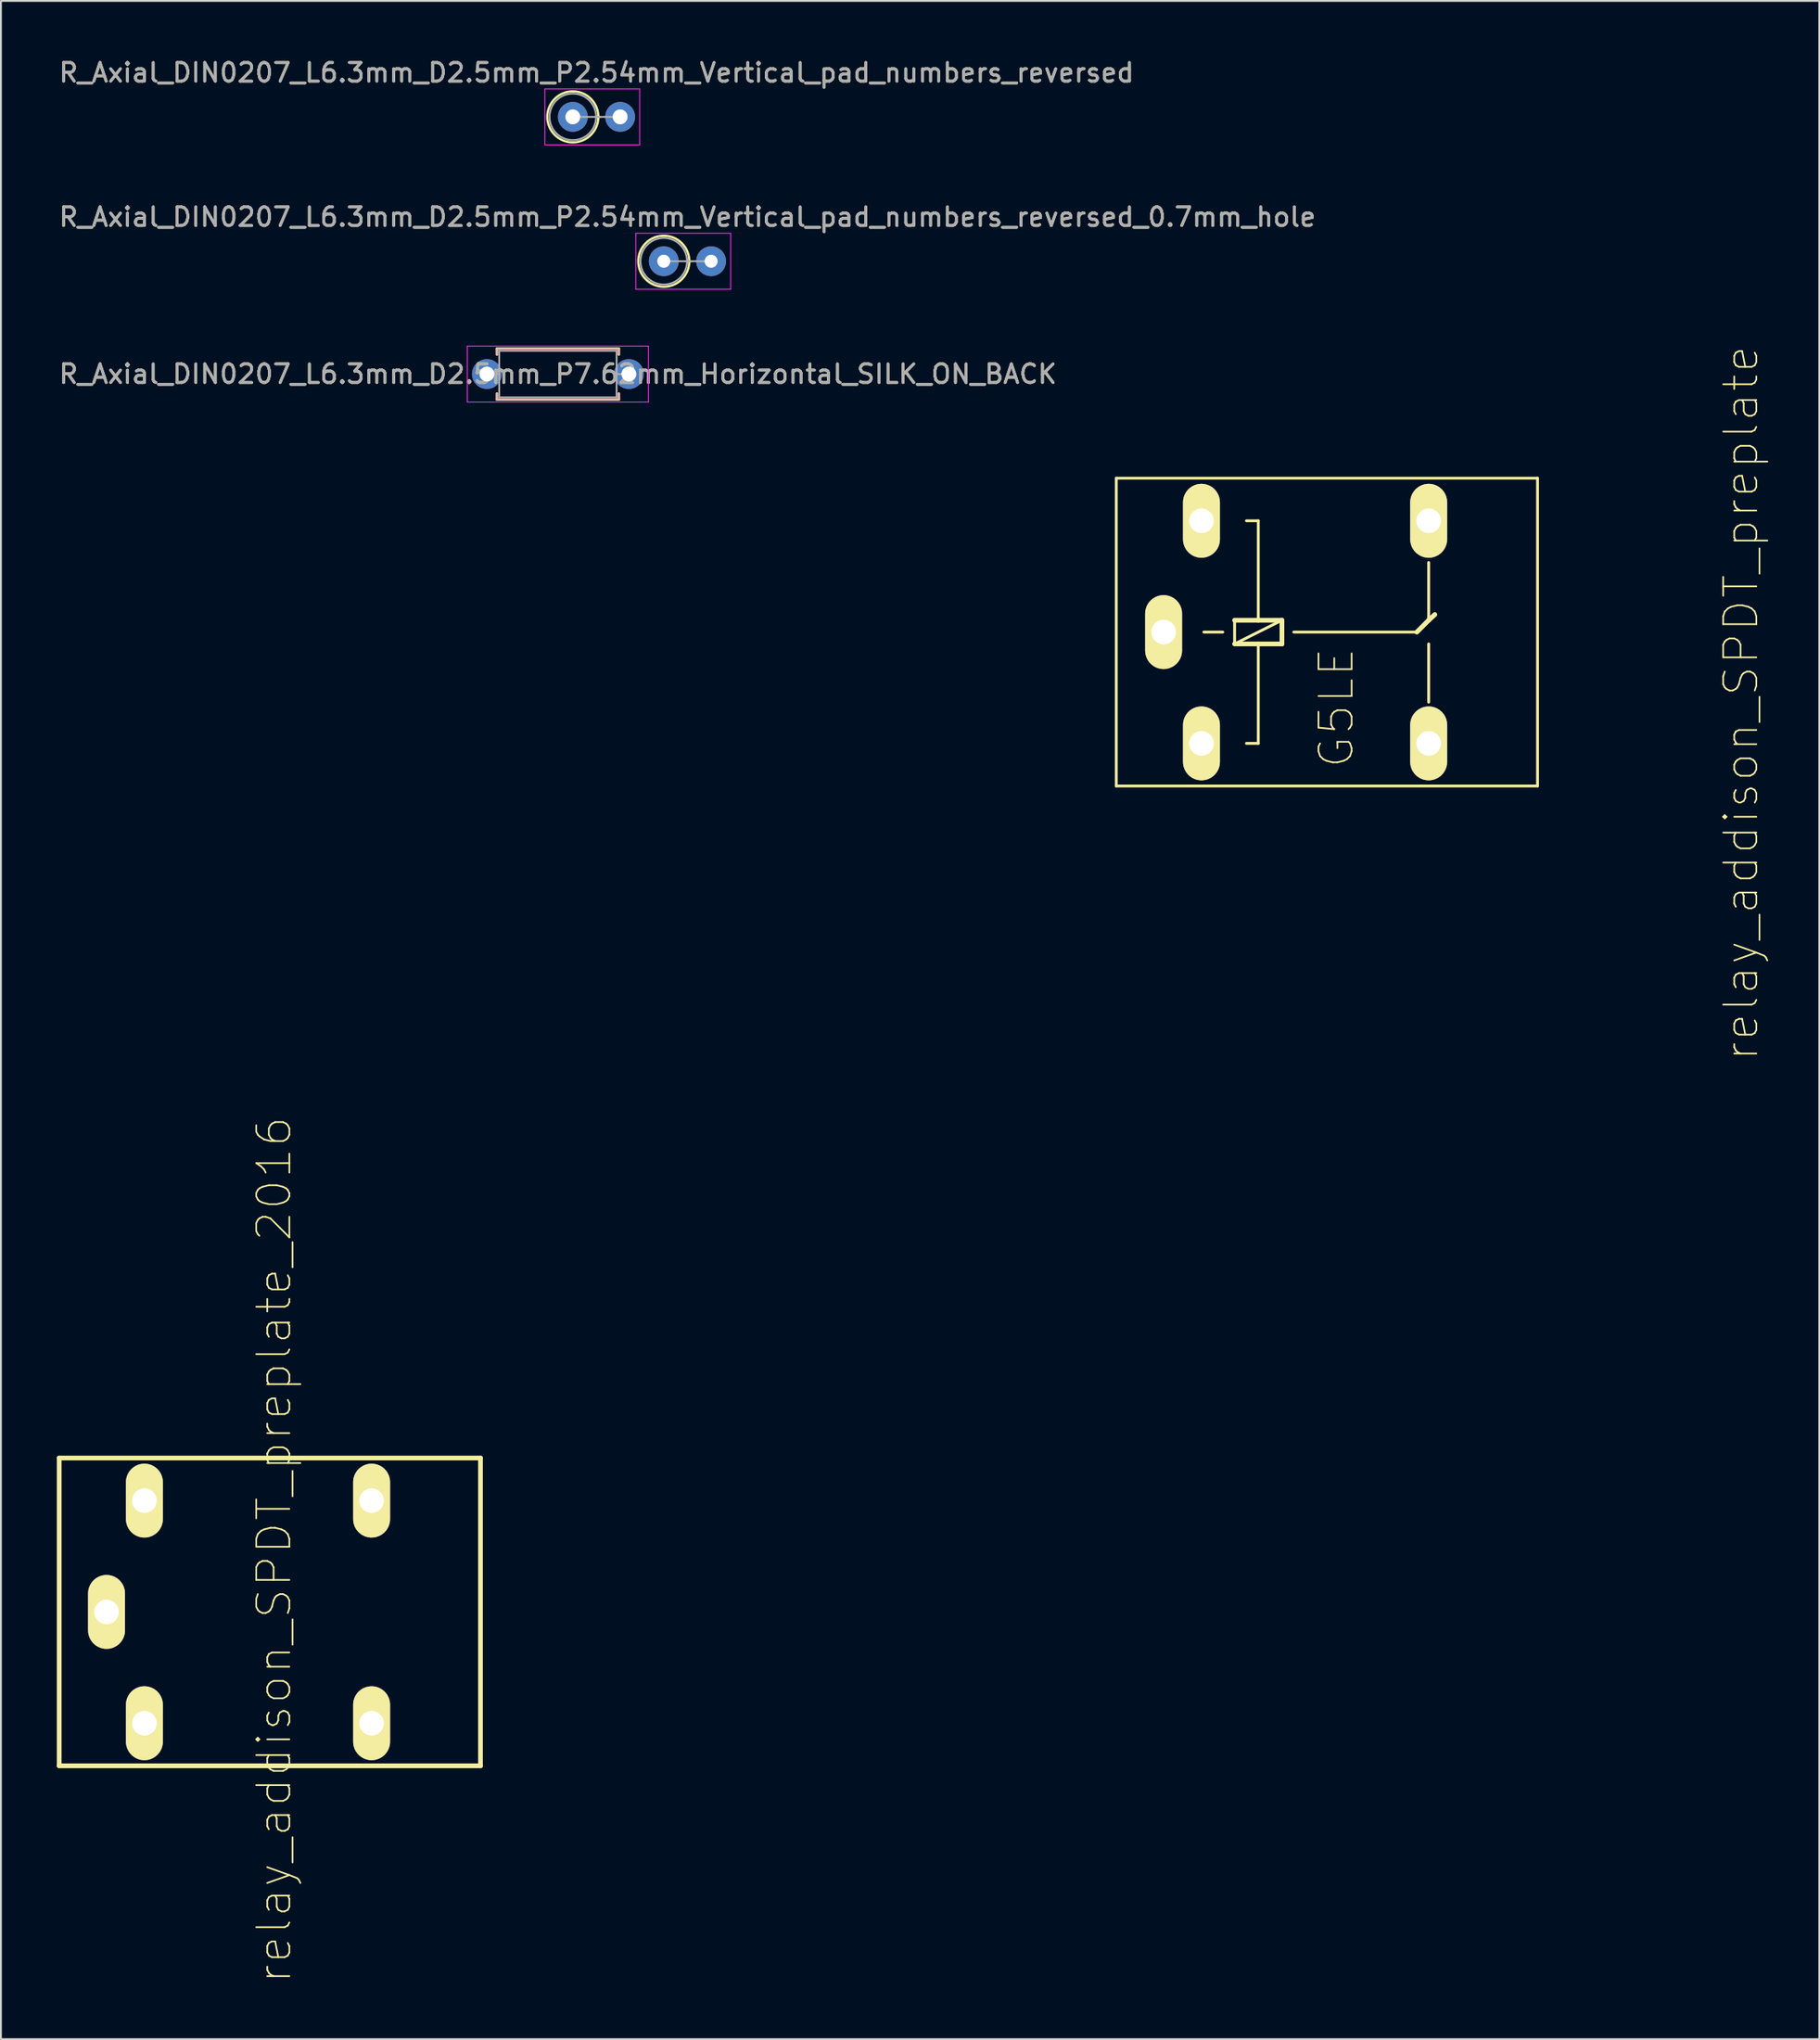
<source format=kicad_pcb>
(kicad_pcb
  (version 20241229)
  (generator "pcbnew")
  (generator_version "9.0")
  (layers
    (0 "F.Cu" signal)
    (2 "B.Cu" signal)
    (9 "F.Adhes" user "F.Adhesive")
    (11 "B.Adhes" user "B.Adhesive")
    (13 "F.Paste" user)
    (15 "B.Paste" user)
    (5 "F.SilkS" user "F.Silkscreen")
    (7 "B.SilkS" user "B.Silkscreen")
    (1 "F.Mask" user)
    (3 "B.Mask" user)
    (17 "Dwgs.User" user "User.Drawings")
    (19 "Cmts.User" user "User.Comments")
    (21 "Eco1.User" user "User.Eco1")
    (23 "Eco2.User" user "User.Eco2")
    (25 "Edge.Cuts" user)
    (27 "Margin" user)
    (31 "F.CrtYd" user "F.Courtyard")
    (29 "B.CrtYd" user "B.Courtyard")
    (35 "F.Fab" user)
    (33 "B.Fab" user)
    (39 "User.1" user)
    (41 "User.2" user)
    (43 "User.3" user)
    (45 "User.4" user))
  (footprint "relay_addison_SPDT_preplate_2016"
    (layer "F.Cu")
    (at 12.192 83.403)
    (property "Reference" "relay_addison_SPDT_preplate_2016" (at -0.533 -3.327 90) (layer "F.SilkS") (effects (font (size 1.778 1.778) (thickness 0.089))))
    (attr exclude_from_pos_files exclude_from_bom)
    (fp_line (start -12.065 -8.255) (end -12.065 8.255) (stroke (width 0.254) (type solid)) (layer "F.SilkS"))
    (fp_line (start -12.065 -8.255) (end 10.541 -8.255) (stroke (width 0.254) (type solid)) (layer "F.SilkS"))
    (fp_line (start 10.541 8.255) (end -12.065 8.255) (stroke (width 0.254) (type solid)) (layer "F.SilkS"))
    (fp_line (start 10.541 8.255) (end 10.541 -8.255) (stroke (width 0.254) (type solid)) (layer "F.SilkS"))
    (pad "1" thru_hole oval (at -7.493 -5.969) (size 1.981 3.962) (drill 1.321) (layers "*.Cu" "*.Mask" "F.SilkS" "F.Paste"))
    (pad "2" thru_hole oval (at -9.525 0) (size 1.981 3.962) (drill 1.321) (layers "*.Cu" "*.Mask" "F.SilkS" "F.Paste"))
    (pad "3" thru_hole oval (at -7.493 5.969) (size 1.981 3.962) (drill 1.321) (layers "*.Cu" "*.Mask" "F.SilkS" "F.Paste"))
    (pad "4" thru_hole oval (at 4.699 -5.969) (size 1.981 3.962) (drill 1.321) (layers "*.Cu" "*.Mask" "F.SilkS" "F.Paste"))
    (pad "5" thru_hole oval (at 4.699 5.969) (size 1.981 3.962) (drill 1.321) (layers "*.Cu" "*.Mask" "F.SilkS" "F.Paste")))
  (footprint "R_Axial_DIN0207_L6.3mm_D2.5mm_P7.62mm_Horizontal_SILK_ON_BACK"
    (layer "F.Cu")
    (at 23.077 17.012)
    (property "Reference" "R_Axial_DIN0207_L6.3mm_D2.5mm_P7.62mm_Horizontal_SILK_ON_BACK" (at 3.81 0 0) (layer "F.SilkS") (effects (font (size 1 1) (thickness 0.15))))
    (attr through_hole)
    (fp_line (start 0.54 -1.37) (end 7.08 -1.37) (stroke (width 0.12) (type solid)) (layer "F.SilkS"))
    (fp_line (start 0.54 -1.04) (end 0.54 -1.37) (stroke (width 0.12) (type solid)) (layer "F.SilkS"))
    (fp_line (start 0.54 1.04) (end 0.54 1.37) (stroke (width 0.12) (type solid)) (layer "F.SilkS"))
    (fp_line (start 0.54 1.37) (end 7.08 1.37) (stroke (width 0.12) (type solid)) (layer "F.SilkS"))
    (fp_line (start 7.08 -1.37) (end 7.08 -1.04) (stroke (width 0.12) (type solid)) (layer "F.SilkS"))
    (fp_line (start 7.08 1.37) (end 7.08 1.04) (stroke (width 0.12) (type solid)) (layer "F.SilkS"))
    (fp_line (start 0.54 -1.37) (end 7.08 -1.37) (stroke (width 0.12) (type solid)) (layer "B.SilkS"))
    (fp_line (start 0.54 -1.04) (end 0.54 -1.37) (stroke (width 0.12) (type solid)) (layer "B.SilkS"))
    (fp_line (start 0.54 1.04) (end 0.54 1.37) (stroke (width 0.12) (type solid)) (layer "B.SilkS"))
    (fp_line (start 0.54 1.37) (end 7.08 1.37) (stroke (width 0.12) (type solid)) (layer "B.SilkS"))
    (fp_line (start 7.08 -1.37) (end 7.08 -1.04) (stroke (width 0.12) (type solid)) (layer "B.SilkS"))
    (fp_line (start 7.08 1.37) (end 7.08 1.04) (stroke (width 0.12) (type solid)) (layer "B.SilkS"))
    (fp_line (start -1.05 -1.5) (end -1.05 1.5) (stroke (width 0.05) (type solid)) (layer "F.CrtYd"))
    (fp_line (start -1.05 1.5) (end 8.67 1.5) (stroke (width 0.05) (type solid)) (layer "F.CrtYd"))
    (fp_line (start 8.67 -1.5) (end -1.05 -1.5) (stroke (width 0.05) (type solid)) (layer "F.CrtYd"))
    (fp_line (start 8.67 1.5) (end 8.67 -1.5) (stroke (width 0.05) (type solid)) (layer "F.CrtYd"))
    (fp_line (start 0 0) (end 0.66 0) (stroke (width 0.1) (type solid)) (layer "F.Fab"))
    (fp_line (start 0.66 -1.25) (end 0.66 1.25) (stroke (width 0.1) (type solid)) (layer "F.Fab"))
    (fp_line (start 0.66 1.25) (end 6.96 1.25) (stroke (width 0.1) (type solid)) (layer "F.Fab"))
    (fp_line (start 6.96 -1.25) (end 0.66 -1.25) (stroke (width 0.1) (type solid)) (layer "F.Fab"))
    (fp_line (start 6.96 1.25) (end 6.96 -1.25) (stroke (width 0.1) (type solid)) (layer "F.Fab"))
    (fp_line (start 7.62 0) (end 6.96 0) (stroke (width 0.1) (type solid)) (layer "F.Fab"))
    (fp_text user "${REFERENCE}" (at 3.81 0 0) (layer "F.Fab") (effects (font (size 1 1) (thickness 0.15))))
    (pad "1" thru_hole circle (at 0 0) (size 1.6 1.6) (drill 0.8) (layers "*.Cu" "*.Mask"))
    (pad "2" thru_hole oval (at 7.62 0) (size 1.6 1.6) (drill 0.8) (layers "*.Cu" "*.Mask")))
  (footprint "relay_addison_SPDT_preplate"
    (layer "F.Cu")
    (at 68.915 30.851)
    (property "Reference" "relay_addison_SPDT_preplate" (at 21.463 3.81 90) (layer "F.SilkS") (effects (font (size 1.778 1.778) (thickness 0.089))))
    (attr exclude_from_pos_files exclude_from_bom)
    (fp_line (start -12.065 -8.255) (end -12.065 8.255) (stroke (width 0.152) (type solid)) (layer "F.SilkS"))
    (fp_line (start -12.065 -8.255) (end 10.541 -8.255) (stroke (width 0.152) (type solid)) (layer "F.SilkS"))
    (fp_line (start -7.366 0) (end -6.35 0) (stroke (width 0.152) (type solid)) (layer "F.SilkS"))
    (fp_line (start -5.715 -0.635) (end -5.715 0.635) (stroke (width 0.152) (type solid)) (layer "F.SilkS"))
    (fp_line (start -5.715 0.635) (end -4.445 0.635) (stroke (width 0.254) (type solid)) (layer "F.SilkS"))
    (fp_line (start -5.715 0.635) (end -3.175 -0.635) (stroke (width 0.152) (type solid)) (layer "F.SilkS"))
    (fp_line (start -5.08 -5.969) (end -4.445 -5.969) (stroke (width 0.152) (type solid)) (layer "F.SilkS"))
    (fp_line (start -4.445 -5.969) (end -4.445 -0.635) (stroke (width 0.152) (type solid)) (layer "F.SilkS"))
    (fp_line (start -4.445 -0.635) (end -5.715 -0.635) (stroke (width 0.254) (type solid)) (layer "F.SilkS"))
    (fp_line (start -4.445 0.635) (end -4.445 5.969) (stroke (width 0.152) (type solid)) (layer "F.SilkS"))
    (fp_line (start -4.445 0.635) (end -3.175 0.635) (stroke (width 0.254) (type solid)) (layer "F.SilkS"))
    (fp_line (start -4.445 5.969) (end -5.08 5.969) (stroke (width 0.152) (type solid)) (layer "F.SilkS"))
    (fp_line (start -3.175 -0.635) (end -4.445 -0.635) (stroke (width 0.254) (type solid)) (layer "F.SilkS"))
    (fp_line (start -3.175 0.635) (end -3.175 -0.635) (stroke (width 0.254) (type solid)) (layer "F.SilkS"))
    (fp_line (start -2.54 0) (end 4.064 0) (stroke (width 0.152) (type solid)) (layer "F.SilkS"))
    (fp_line (start 4.064 0) (end 4.699 -0.635) (stroke (width 0.254) (type solid)) (layer "F.SilkS"))
    (fp_line (start 4.699 -3.734) (end 4.699 -0.635) (stroke (width 0.152) (type solid)) (layer "F.SilkS"))
    (fp_line (start 4.699 -0.635) (end 5.029 -0.94) (stroke (width 0.254) (type solid)) (layer "F.SilkS"))
    (fp_line (start 4.699 0.635) (end 4.699 3.759) (stroke (width 0.152) (type solid)) (layer "F.SilkS"))
    (fp_line (start 10.541 8.255) (end -12.065 8.255) (stroke (width 0.152) (type solid)) (layer "F.SilkS"))
    (fp_line (start 10.541 8.255) (end 10.541 -8.255) (stroke (width 0.152) (type solid)) (layer "F.SilkS"))
    (fp_text user "G5LE" (at -0.254 4.064 90) (layer "F.SilkS") (effects (font (size 1.778 1.778) (thickness 0.089))))
    (pad "1" thru_hole oval (at -7.493 -5.969) (size 1.981 3.962) (drill 1.321) (layers "*.Cu" "F.Mask" "F.SilkS" "F.Paste"))
    (pad "2" thru_hole oval (at -9.525 0) (size 1.981 3.962) (drill 1.321) (layers "*.Cu" "F.Mask" "F.SilkS" "F.Paste"))
    (pad "3" thru_hole oval (at -7.493 5.969) (size 1.981 3.962) (drill 1.321) (layers "*.Cu" "F.Mask" "F.SilkS" "F.Paste"))
    (pad "4" thru_hole oval (at 4.699 -5.969) (size 1.981 3.962) (drill 1.321) (layers "*.Cu" "F.Mask" "F.SilkS" "F.Paste"))
    (pad "5" thru_hole oval (at 4.699 5.969) (size 1.981 3.962) (drill 1.321) (layers "*.Cu" "F.Mask" "F.SilkS" "F.Paste")))
  (footprint "R_Axial_DIN0207_L6.3mm_D2.5mm_P2.54mm_Vertical_pad_numbers_reversed_0.7mm_hole"
    (layer "F.Cu")
    (at 32.569 10.961)
    (property "Reference" "R_Axial_DIN0207_L6.3mm_D2.5mm_P2.54mm_Vertical_pad_numbers_reversed_0.7mm_hole" (at 1.27 -2.37 180) (layer "F.SilkS") (effects (font (size 1 1) (thickness 0.15))))
    (attr through_hole)
    (fp_line (start 1.37 0) (end 1.44 0) (stroke (width 0.12) (type solid)) (layer "F.SilkS"))
    (fp_circle (center 0 0) (end 1.37 0) (stroke (width 0.12) (type solid)) (fill no) (layer "F.SilkS"))
    (fp_line (start -1.5 -1.5) (end -1.5 1.5) (stroke (width 0.05) (type solid)) (layer "F.CrtYd"))
    (fp_line (start -1.5 1.5) (end 3.59 1.5) (stroke (width 0.05) (type solid)) (layer "F.CrtYd"))
    (fp_line (start 3.59 -1.5) (end -1.5 -1.5) (stroke (width 0.05) (type solid)) (layer "F.CrtYd"))
    (fp_line (start 3.59 1.5) (end 3.59 -1.5) (stroke (width 0.05) (type solid)) (layer "F.CrtYd"))
    (fp_line (start 0 0) (end 2.54 0) (stroke (width 0.1) (type solid)) (layer "F.Fab"))
    (fp_circle (center 0 0) (end 1.25 0) (stroke (width 0.1) (type solid)) (fill no) (layer "F.Fab"))
    (fp_text user "${REFERENCE}" (at 1.27 -2.37 0) (layer "F.Fab") (effects (font (size 1 1) (thickness 0.15))))
    (pad "1" thru_hole oval (at 2.54 0) (size 1.6 1.6) (drill 0.7) (layers "*.Cu" "*.Mask"))
    (pad "2" thru_hole circle (at 0 0) (size 1.6 1.6) (drill 0.7) (layers "*.Cu" "*.Mask")))
  (footprint "R_Axial_DIN0207_L6.3mm_D2.5mm_P2.54mm_Vertical_pad_numbers_reversed"
    (layer "F.Cu")
    (at 27.688 3.218)
    (property "Reference" "R_Axial_DIN0207_L6.3mm_D2.5mm_P2.54mm_Vertical_pad_numbers_reversed" (at 1.27 -2.37 0) (layer "F.SilkS") (effects (font (size 1 1) (thickness 0.15))))
    (attr through_hole)
    (fp_line (start 1.37 0) (end 1.44 0) (stroke (width 0.12) (type solid)) (layer "F.SilkS"))
    (fp_circle (center 0 0) (end 1.37 0) (stroke (width 0.12) (type solid)) (fill no) (layer "F.SilkS"))
    (fp_line (start -1.5 -1.5) (end -1.5 1.5) (stroke (width 0.05) (type solid)) (layer "F.CrtYd"))
    (fp_line (start -1.5 1.5) (end 3.59 1.5) (stroke (width 0.05) (type solid)) (layer "F.CrtYd"))
    (fp_line (start 3.59 -1.5) (end -1.5 -1.5) (stroke (width 0.05) (type solid)) (layer "F.CrtYd"))
    (fp_line (start 3.59 1.5) (end 3.59 -1.5) (stroke (width 0.05) (type solid)) (layer "F.CrtYd"))
    (fp_line (start 0 0) (end 2.54 0) (stroke (width 0.1) (type solid)) (layer "F.Fab"))
    (fp_circle (center 0 0) (end 1.25 0) (stroke (width 0.1) (type solid)) (fill no) (layer "F.Fab"))
    (fp_text user "${REFERENCE}" (at 1.27 -2.37 0) (layer "F.Fab") (effects (font (size 1 1) (thickness 0.15))))
    (pad "1" thru_hole oval (at 2.54 0) (size 1.6 1.6) (drill 0.8) (layers "*.Cu" "*.Mask"))
    (pad "2" thru_hole circle (at 0 0) (size 1.6 1.6) (drill 0.8) (layers "*.Cu" "*.Mask")))
  (gr_rect
    (start -3 -3)
    (end 94.574 106.314)
    (stroke (width 0.1) (type default))
    (fill no)
    (layer "Edge.Cuts")))
</source>
